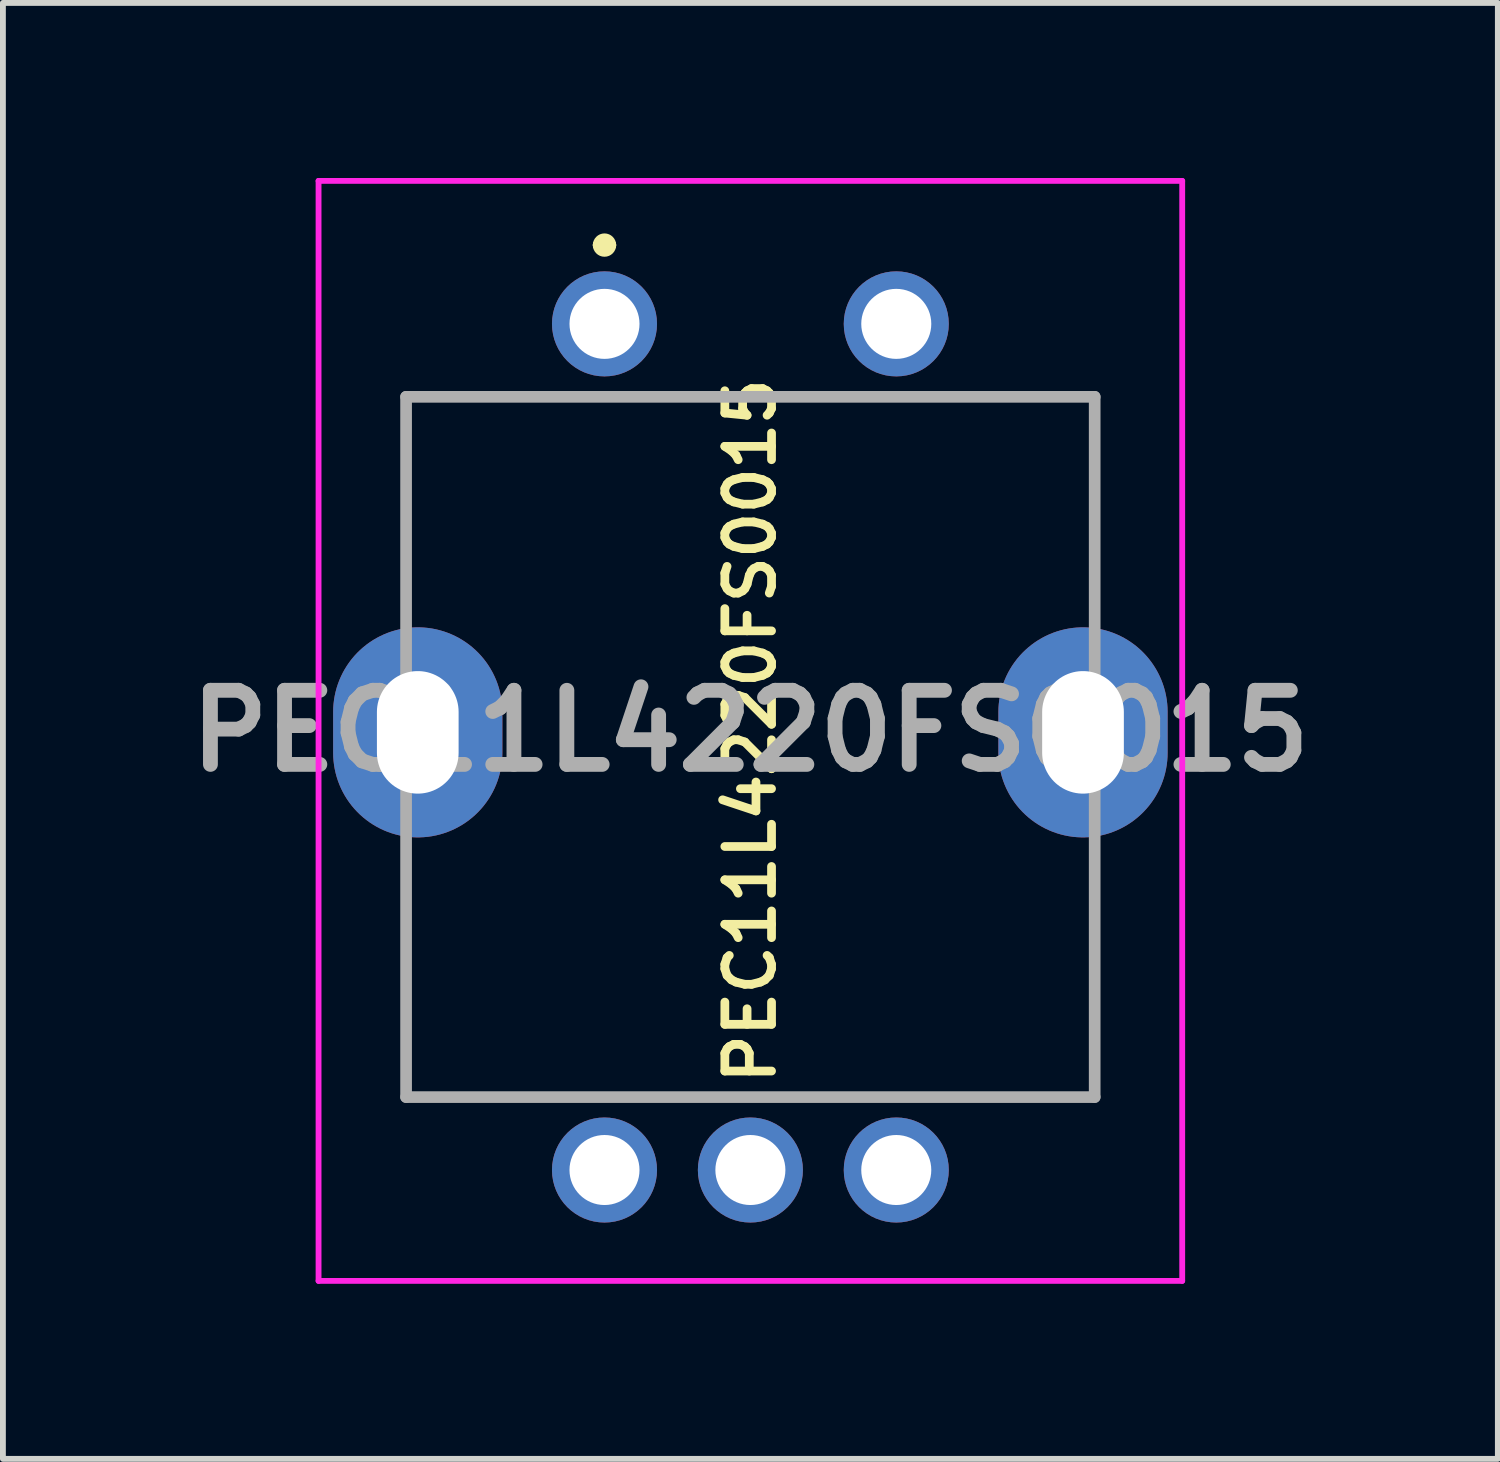
<source format=kicad_pcb>
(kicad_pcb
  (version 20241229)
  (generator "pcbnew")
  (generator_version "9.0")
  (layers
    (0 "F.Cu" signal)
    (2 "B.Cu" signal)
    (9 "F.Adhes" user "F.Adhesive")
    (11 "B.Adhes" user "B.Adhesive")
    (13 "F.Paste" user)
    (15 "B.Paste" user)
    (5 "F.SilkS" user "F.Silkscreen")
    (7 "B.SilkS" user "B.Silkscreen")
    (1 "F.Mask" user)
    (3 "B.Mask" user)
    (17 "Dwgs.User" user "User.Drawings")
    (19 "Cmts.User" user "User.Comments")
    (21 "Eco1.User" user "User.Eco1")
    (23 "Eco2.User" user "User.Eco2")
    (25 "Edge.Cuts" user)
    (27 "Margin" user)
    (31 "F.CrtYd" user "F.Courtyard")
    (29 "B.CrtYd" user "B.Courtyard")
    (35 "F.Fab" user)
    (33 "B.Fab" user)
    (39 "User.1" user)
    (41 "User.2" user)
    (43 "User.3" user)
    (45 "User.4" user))
  (footprint "PEC11L4220FS0015"
    (layer "F.Cu")
    (at 9.809 9.025)
    (property "Reference" "PEC11L4220FS0015" (at 0 0.45 90) (layer "F.SilkS") (effects (font (size 0.8 0.8) (thickness 0.15) (bold yes))))
    (attr through_hole)
    (fp_line (start -5.9 -5.275) (end 5.9 -5.275) (stroke (width 0.1) (type solid)) (layer "F.SilkS"))
    (fp_line (start -5.9 -1.775) (end -5.9 -5.275) (stroke (width 0.1) (type solid)) (layer "F.SilkS"))
    (fp_line (start -5.9 3.225) (end -5.9 6.725) (stroke (width 0.1) (type solid)) (layer "F.SilkS"))
    (fp_line (start -5.9 6.725) (end 5.9 6.725) (stroke (width 0.1) (type solid)) (layer "F.SilkS"))
    (fp_line (start -2.6 -7.875) (end -2.6 -7.875) (stroke (width 0.2) (type solid)) (layer "F.SilkS"))
    (fp_line (start -2.4 -7.875) (end -2.4 -7.875) (stroke (width 0.2) (type solid)) (layer "F.SilkS"))
    (fp_line (start 5.9 -5.275) (end 5.9 -1.775) (stroke (width 0.1) (type solid)) (layer "F.SilkS"))
    (fp_line (start 5.9 6.725) (end 5.9 3.225) (stroke (width 0.1) (type solid)) (layer "F.SilkS"))
    (fp_arc (start -2.6 -7.875) (mid -2.5 -7.975) (end -2.4 -7.875) (stroke (width 0.2) (type solid)) (layer "F.SilkS"))
    (fp_arc (start -2.4 -7.875) (mid -2.5 -7.775) (end -2.6 -7.875) (stroke (width 0.2) (type solid)) (layer "F.SilkS"))
    (fp_line (start -7.4 -8.975) (end 7.4 -8.975) (stroke (width 0.1) (type solid)) (layer "F.CrtYd"))
    (fp_line (start -7.4 9.875) (end -7.4 -8.975) (stroke (width 0.1) (type solid)) (layer "F.CrtYd"))
    (fp_line (start 7.4 -8.975) (end 7.4 9.875) (stroke (width 0.1) (type solid)) (layer "F.CrtYd"))
    (fp_line (start 7.4 9.875) (end -7.4 9.875) (stroke (width 0.1) (type solid)) (layer "F.CrtYd"))
    (fp_line (start -5.9 -5.275) (end 5.9 -5.275) (stroke (width 0.2) (type solid)) (layer "F.Fab"))
    (fp_line (start -5.9 6.725) (end -5.9 -5.275) (stroke (width 0.2) (type solid)) (layer "F.Fab"))
    (fp_line (start 5.9 -5.275) (end 5.9 6.725) (stroke (width 0.2) (type solid)) (layer "F.Fab"))
    (fp_line (start 5.9 6.725) (end -5.9 6.725) (stroke (width 0.2) (type solid)) (layer "F.Fab"))
    (fp_text user "${REFERENCE}" (at 0 0.45 0) (layer "F.Fab") (effects (font (size 1.27 1.27) (thickness 0.254))))
    (pad "1" thru_hole circle (at -2.5 -6.525) (size 1.8 1.8) (drill 1.2) (layers "*.Cu" "*.Mask"))
    (pad "2" thru_hole circle (at 2.5 -6.525) (size 1.8 1.8) (drill 1.2) (layers "*.Cu" "*.Mask"))
    (pad "3" thru_hole circle (at -2.5 7.975) (size 1.8 1.8) (drill 1.2) (layers "*.Cu" "*.Mask"))
    (pad "4" thru_hole oval (at -5.7 0.475 270) (size 3.6 2.9) (drill oval 2.1 1.4) (layers "*.Cu" "*.Mask"))
    (pad "4" thru_hole circle (at 0 7.975) (size 1.8 1.8) (drill 1.2) (layers "*.Cu" "*.Mask"))
    (pad "4" thru_hole oval (at 5.7 0.475 270) (size 3.6 2.9) (drill oval 2.1 1.4) (layers "*.Cu" "*.Mask"))
    (pad "5" thru_hole circle (at 2.5 7.975) (size 1.8 1.8) (drill 1.2) (layers "*.Cu" "*.Mask")))
  (gr_rect
    (start -3 -3)
    (end 22.618 21.95)
    (stroke (width 0.1) (type default))
    (fill no)
    (layer "Edge.Cuts")))
</source>
